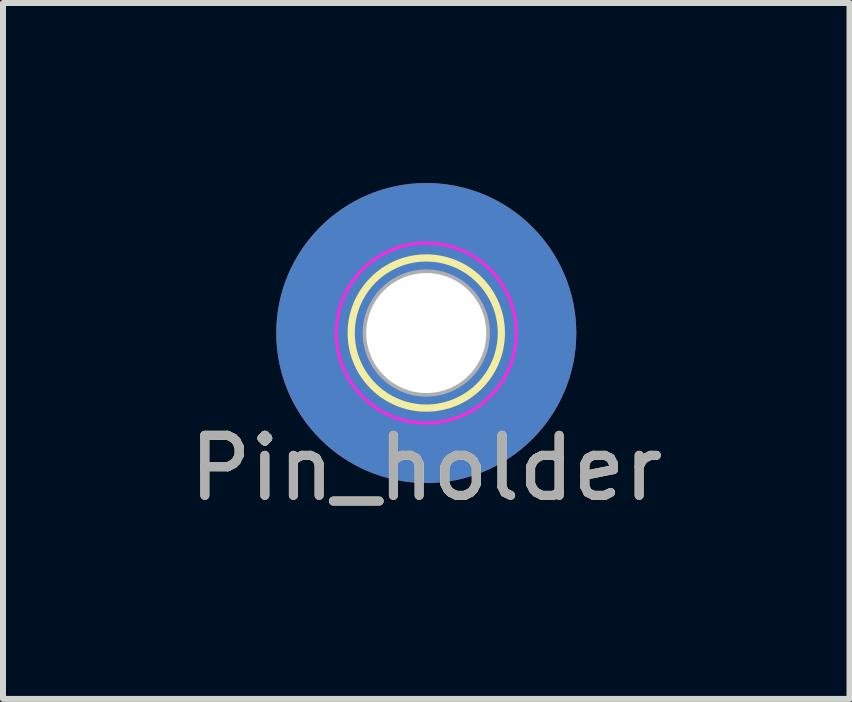
<source format=kicad_pcb>
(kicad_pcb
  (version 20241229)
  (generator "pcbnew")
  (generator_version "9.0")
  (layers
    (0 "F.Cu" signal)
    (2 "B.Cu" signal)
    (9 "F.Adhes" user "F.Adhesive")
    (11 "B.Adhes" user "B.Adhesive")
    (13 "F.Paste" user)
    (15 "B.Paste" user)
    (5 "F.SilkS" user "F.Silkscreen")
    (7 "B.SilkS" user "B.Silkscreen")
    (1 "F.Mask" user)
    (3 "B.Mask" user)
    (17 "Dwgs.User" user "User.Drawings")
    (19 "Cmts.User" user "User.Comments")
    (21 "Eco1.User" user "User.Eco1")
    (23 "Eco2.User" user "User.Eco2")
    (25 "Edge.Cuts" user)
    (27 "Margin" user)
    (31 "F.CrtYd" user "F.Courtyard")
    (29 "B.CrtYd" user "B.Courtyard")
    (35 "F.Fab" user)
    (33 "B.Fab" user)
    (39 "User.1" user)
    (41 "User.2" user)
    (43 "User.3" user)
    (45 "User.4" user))
  (footprint "Pin_holder"
    (layer "F.Cu")
    (at 4.054 2.5)
    (property "Reference" "Pin_holder" (at 0 2.25 0) (layer "F.SilkS") (effects (font (size 1 1) (thickness 0.15))))
    (attr through_hole)
    (fp_circle (center 0 0) (end 1.25 0.05) (stroke (width 0.12) (type solid)) (fill no) (layer "F.SilkS"))
    (fp_circle (center 0 0) (end 1.5 0) (stroke (width 0.05) (type solid)) (fill no) (layer "F.CrtYd"))
    (fp_circle (center 0 0) (end 0.5 0) (stroke (width 0.12) (type solid)) (fill no) (layer "F.Fab"))
    (fp_circle (center 0 0) (end 1 0) (stroke (width 0.12) (type solid)) (fill no) (layer "F.Fab"))
    (fp_text user "${REFERENCE}" (at 0 2.25 0) (layer "F.Fab") (effects (font (size 1 1) (thickness 0.15))))
    (pad "1" thru_hole circle (at 0 0) (size 5 5) (drill 2) (layers "*.Cu" "*.Mask")))
  (gr_rect
    (start -3 -3)
    (end 11.107 8.598)
    (stroke (width 0.1) (type default))
    (fill no)
    (layer "Edge.Cuts")))
</source>
